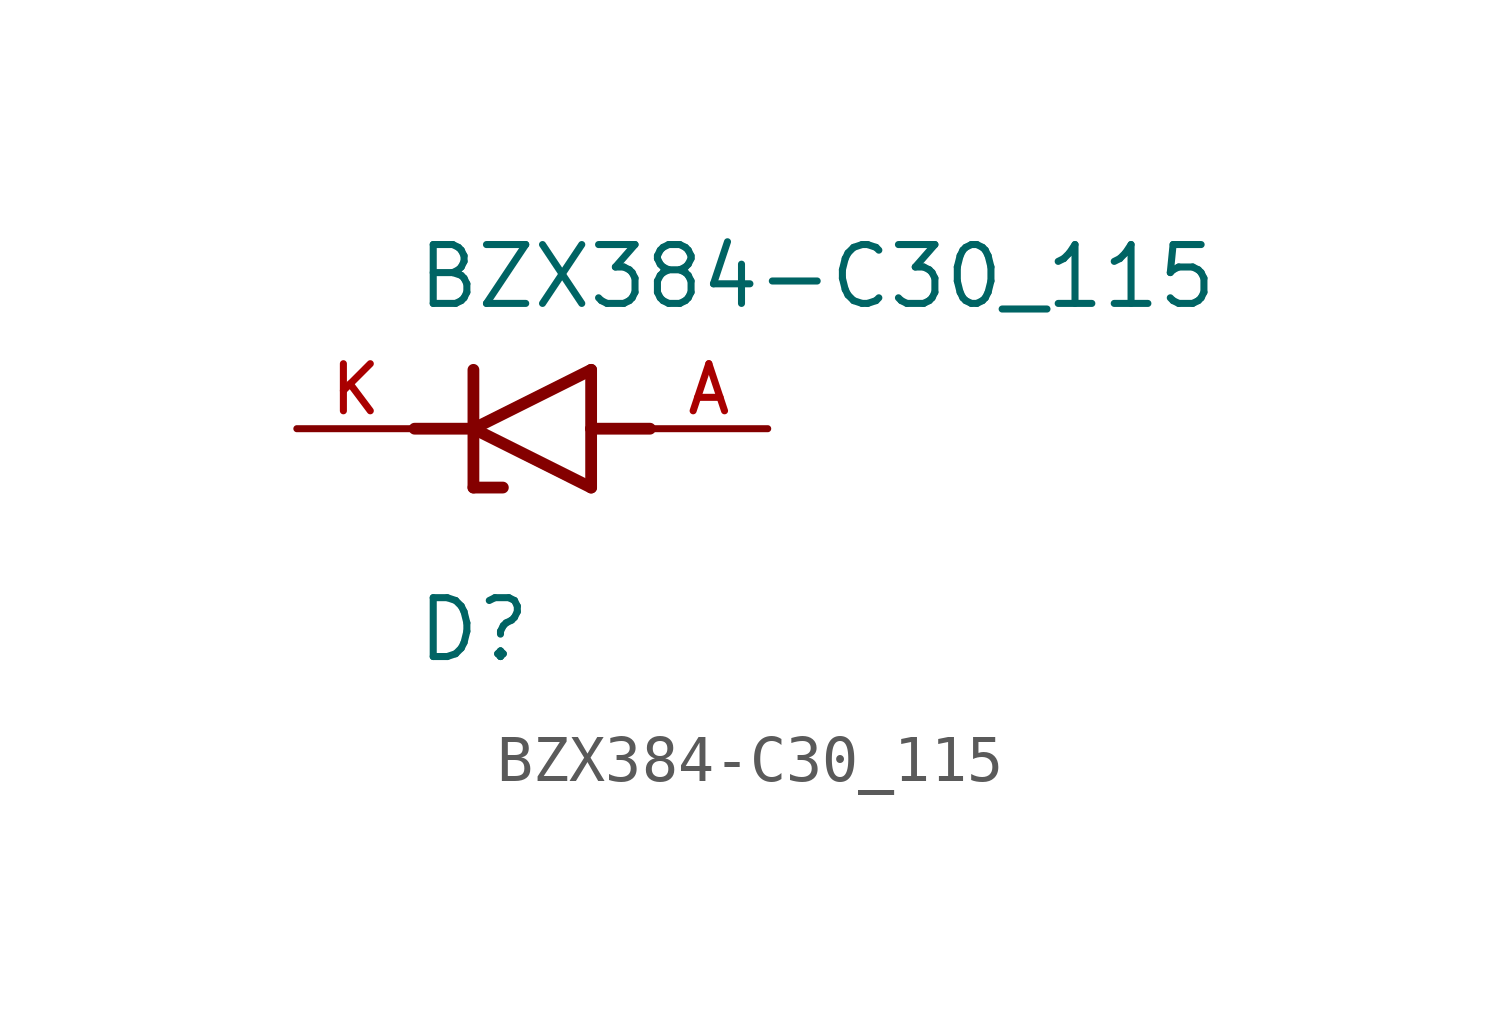
<source format=kicad_sym>
(kicad_symbol_lib
  (version 20211014)
  (generator kicad_symbol_editor)
  (symbol "BZX384-C30_115"
    (pin_names
      (offset 1.016))
    (property "Reference" "D"
      (at -2.54 -5.08 0)
      (effects (font (size 1.27 1.27)) (justify bottom left)))
    (property "Value" "BZX384-C30_115"
      (at -2.54 2.54 0)
      (effects (font (size 1.27 1.27)) (justify bottom left)))
    (symbol "BZX384-C30_115_0_0"
      (polyline (pts (xy 1.27 1.27) (xy -1.27 0.0)) (stroke (width 0.254)))
      (polyline (pts (xy -1.27 0.0) (xy 1.27 -1.27)) (stroke (width 0.254)))
      (polyline (pts (xy -0.635 -1.27) (xy -1.27 -1.27)) (stroke (width 0.254)))
      (polyline (pts (xy -1.27 -1.27) (xy -1.27 0.0)) (stroke (width 0.254)))
      (polyline (pts (xy 1.27 -1.27) (xy 1.27 0.0)) (stroke (width 0.254)))
      (polyline (pts (xy 1.27 0.0) (xy 1.27 1.27)) (stroke (width 0.254)))
      (polyline (pts (xy -1.27 0.0) (xy -1.27 1.27)) (stroke (width 0.254)))
      (polyline (pts (xy 2.54 0.0) (xy 1.27 0.0)) (stroke (width 0.254)))
      (polyline (pts (xy -2.54 0.0) (xy -1.27 0.0)) (stroke (width 0.254)))
      (pin passive line (at -5.08 0.0 0) (length 2.54) (name "~" (effects (font (size 1.016 1.016)))) (number "K" (effects (font (size 1.016 1.016)))))
      (pin passive line (at 5.08 0.0 180.0) (length 2.54) (name "~" (effects (font (size 1.016 1.016)))) (number "A" (effects (font (size 1.016 1.016))))))))
</source>
